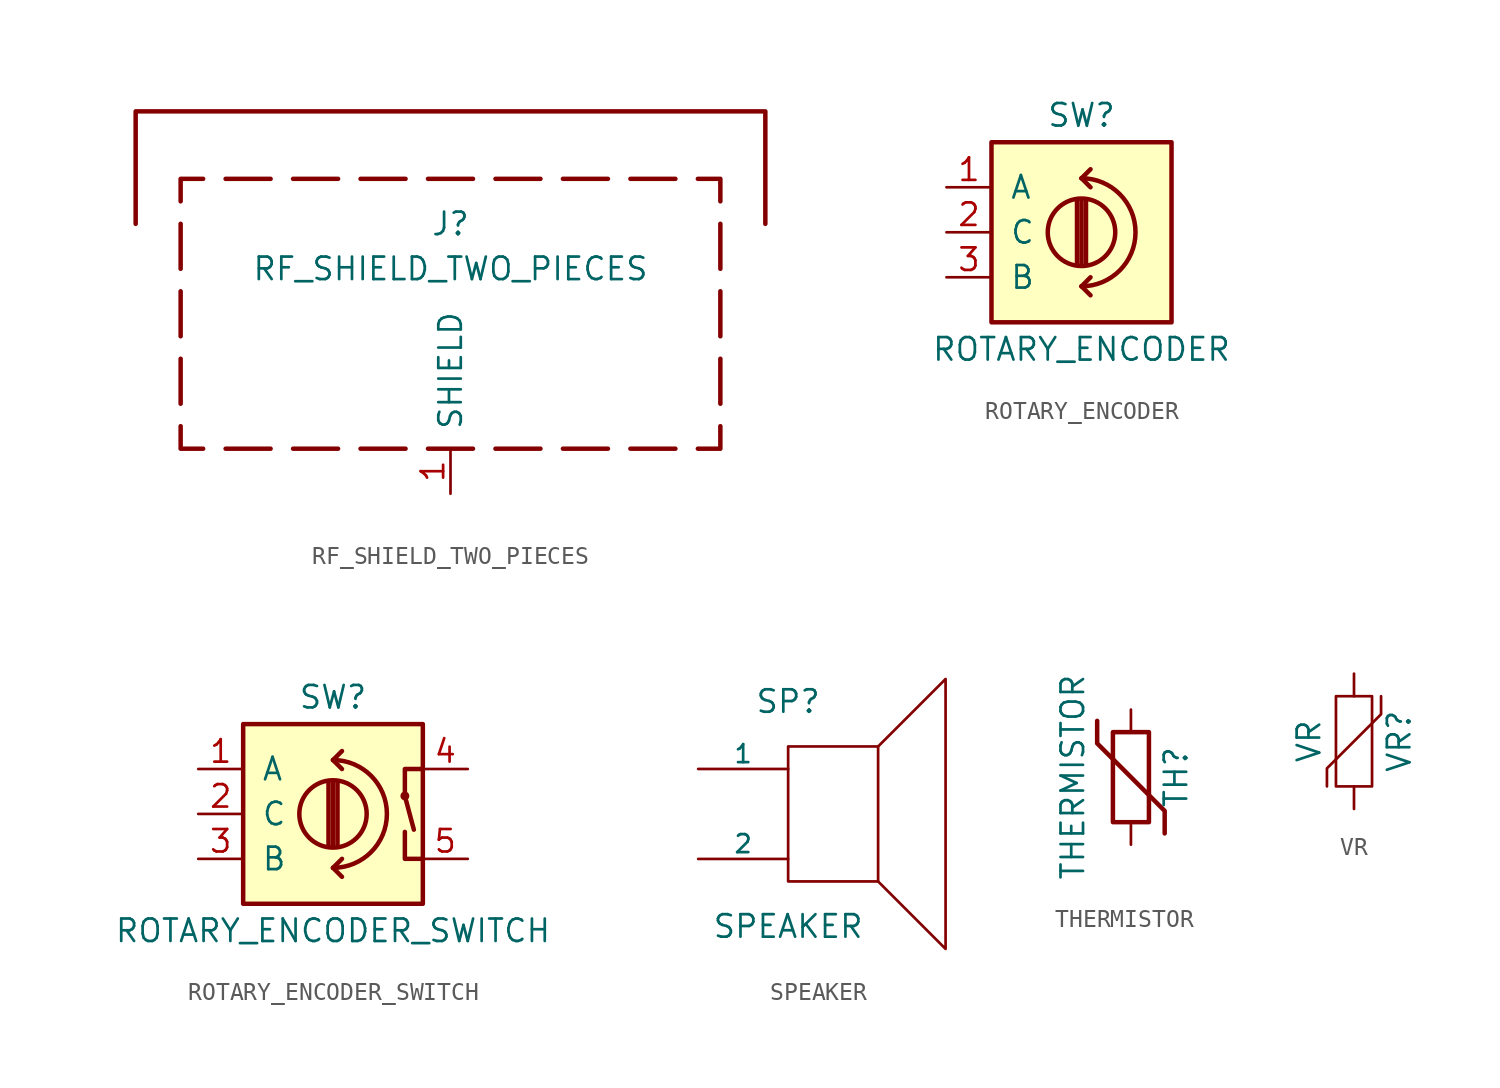
<source format=kicad_sym>
(kicad_symbol_lib
  (version 20211014)
  (generator kicad_symbol_editor)
  (symbol "RF_SHIELD_TWO_PIECES"
    (pin_names
      (offset 1.016))
    (property "Reference" "J"
      (at 0 5.08 0)
      (effects (font (size 1.27 1.27))))
    (property "Value" "RF_SHIELD_TWO_PIECES"
      (at 0 2.54 0)
      (effects (font (size 1.27 1.27))))
    (property "Footprint" ""
      (at 0 -2.54 0)
      (effects (font (size 1.27 1.27))))
    (property "Datasheet" ""
      (at 0 -2.54 0)
      (effects (font (size 1.27 1.27))))
    (symbol "RF_SHIELD_TWO_PIECES_0_1"
      (polyline (pts (xy -15.24 -5.08) (xy -15.24 -2.54)) (stroke (width 0.254) (type default) (color 0 0 0 0)) (fill (type none)))
      (polyline (pts (xy -15.24 -1.27) (xy -15.24 1.27)) (stroke (width 0.254) (type default) (color 0 0 0 0)) (fill (type none)))
      (polyline (pts (xy -15.24 2.54) (xy -15.24 5.08)) (stroke (width 0.254) (type default) (color 0 0 0 0)) (fill (type none)))
      (polyline (pts (xy -12.7 7.62) (xy -10.16 7.62)) (stroke (width 0.254) (type default) (color 0 0 0 0)) (fill (type none)))
      (polyline (pts (xy -10.16 -7.62) (xy -12.7 -7.62)) (stroke (width 0.254) (type default) (color 0 0 0 0)) (fill (type none)))
      (polyline (pts (xy -6.35 -7.62) (xy -8.89 -7.62)) (stroke (width 0.254) (type default) (color 0 0 0 0)) (fill (type none)))
      (polyline (pts (xy -6.35 7.62) (xy -8.89 7.62)) (stroke (width 0.254) (type default) (color 0 0 0 0)) (fill (type none)))
      (polyline (pts (xy -2.54 -7.62) (xy -5.08 -7.62)) (stroke (width 0.254) (type default) (color 0 0 0 0)) (fill (type none)))
      (polyline (pts (xy -2.54 7.62) (xy -5.08 7.62)) (stroke (width 0.254) (type default) (color 0 0 0 0)) (fill (type none)))
      (polyline (pts (xy -1.27 -7.62) (xy 1.27 -7.62)) (stroke (width 0.254) (type default) (color 0 0 0 0)) (fill (type none)))
      (polyline (pts (xy 1.27 7.62) (xy -1.27 7.62)) (stroke (width 0.254) (type default) (color 0 0 0 0)) (fill (type none)))
      (polyline (pts (xy 2.54 -7.62) (xy 5.08 -7.62)) (stroke (width 0.254) (type default) (color 0 0 0 0)) (fill (type none)))
      (polyline (pts (xy 5.08 7.62) (xy 2.54 7.62)) (stroke (width 0.254) (type default) (color 0 0 0 0)) (fill (type none)))
      (polyline (pts (xy 6.35 -7.62) (xy 8.89 -7.62)) (stroke (width 0.254) (type default) (color 0 0 0 0)) (fill (type none)))
      (polyline (pts (xy 8.89 7.62) (xy 6.35 7.62)) (stroke (width 0.254) (type default) (color 0 0 0 0)) (fill (type none)))
      (polyline (pts (xy 10.16 -7.62) (xy 12.7 -7.62)) (stroke (width 0.254) (type default) (color 0 0 0 0)) (fill (type none)))
      (polyline (pts (xy 12.7 7.62) (xy 10.16 7.62)) (stroke (width 0.254) (type default) (color 0 0 0 0)) (fill (type none)))
      (polyline (pts (xy 15.24 -5.08) (xy 15.24 -2.54)) (stroke (width 0.254) (type default) (color 0 0 0 0)) (fill (type none)))
      (polyline (pts (xy 15.24 -1.27) (xy 15.24 1.27)) (stroke (width 0.254) (type default) (color 0 0 0 0)) (fill (type none)))
      (polyline (pts (xy 15.24 2.54) (xy 15.24 5.08)) (stroke (width 0.254) (type default) (color 0 0 0 0)) (fill (type none)))
      (polyline (pts (xy -15.24 6.35) (xy -15.24 7.62) (xy -13.97 7.62)) (stroke (width 0.254) (type default) (color 0 0 0 0)) (fill (type none)))
      (polyline (pts (xy -13.97 -7.62) (xy -15.24 -7.62) (xy -15.24 -6.35)) (stroke (width 0.254) (type default) (color 0 0 0 0)) (fill (type none)))
      (polyline (pts (xy 13.97 -7.62) (xy 15.24 -7.62) (xy 15.24 -6.35)) (stroke (width 0.254) (type default) (color 0 0 0 0)) (fill (type none)))
      (polyline (pts (xy 15.24 6.35) (xy 15.24 7.62) (xy 13.97 7.62)) (stroke (width 0.254) (type default) (color 0 0 0 0)) (fill (type none)))
      (polyline (pts (xy -17.78 5.08) (xy -17.78 11.43) (xy 17.78 11.43) (xy 17.78 5.08)) (stroke (width 0.254) (type default) (color 0 0 0 0)) (fill (type none))))
    (symbol "RF_SHIELD_TWO_PIECES_1_1"
      (pin passive line (at 0 -10.16 90) (length 2.54) (name "SHIELD" (effects (font (size 1.27 1.27)))) (number "1" (effects (font (size 1.27 1.27)))))))
  (symbol "ROTARY_ENCODER"
    (pin_names
      (offset 1.016))
    (property "Reference" "SW"
      (at 0 6.604 0)
      (effects (font (size 1.27 1.27))))
    (property "Value" "ROTARY_ENCODER"
      (at 0 -6.604 0)
      (effects (font (size 1.27 1.27))))
    (symbol "ROTARY_ENCODER_0_1"
      (rectangle (start -5.08 5.08) (end 5.08 -5.08) (stroke (width 0.254) (type default) (color 0 0 0 0)) (fill (type background)))
      (arc (start 0 -3.048) (mid 3.048 0) (end 0 3.048) (stroke (width 0.254) (type default) (color 0 0 0 0)) (fill (type none)))
      (polyline (pts (xy -0.254 -1.778) (xy -0.254 1.778)) (stroke (width 0.254) (type default) (color 0 0 0 0)) (fill (type none)))
      (polyline (pts (xy 0 -3.048) (xy 0.508 -3.556)) (stroke (width 0.254) (type default) (color 0 0 0 0)) (fill (type none)))
      (polyline (pts (xy 0 -3.048) (xy 0.508 -2.54)) (stroke (width 0.254) (type default) (color 0 0 0 0)) (fill (type none)))
      (polyline (pts (xy 0 -1.778) (xy 0 1.778)) (stroke (width 0.254) (type default) (color 0 0 0 0)) (fill (type none)))
      (polyline (pts (xy 0 3.048) (xy 0.508 2.54)) (stroke (width 0.254) (type default) (color 0 0 0 0)) (fill (type none)))
      (polyline (pts (xy 0.254 1.778) (xy 0.254 -1.778)) (stroke (width 0.254) (type default) (color 0 0 0 0)) (fill (type none)))
      (polyline (pts (xy 0.508 3.556) (xy 0 3.048)) (stroke (width 0.254) (type default) (color 0 0 0 0)) (fill (type none)))
      (circle (center 0 0) (radius 1.905) (stroke (width 0.254) (type default) (color 0 0 0 0)) (fill (type none))))
    (symbol "ROTARY_ENCODER_1_1"
      (pin input line (at -7.62 2.54 0) (length 2.54) (name "A" (effects (font (size 1.27 1.27)))) (number "1" (effects (font (size 1.27 1.27)))))
      (pin input line (at -7.62 0 0) (length 2.54) (name "C" (effects (font (size 1.27 1.27)))) (number "2" (effects (font (size 1.27 1.27)))))
      (pin input line (at -7.62 -2.54 0) (length 2.54) (name "B" (effects (font (size 1.27 1.27)))) (number "3" (effects (font (size 1.27 1.27)))))))
  (symbol "ROTARY_ENCODER_SWITCH"
    (pin_names
      (offset 1.016))
    (property "Reference" "SW"
      (at 0 6.604 0)
      (effects (font (size 1.27 1.27))))
    (property "Value" "ROTARY_ENCODER_SWITCH"
      (at 0 -6.604 0)
      (effects (font (size 1.27 1.27))))
    (symbol "ROTARY_ENCODER_SWITCH_0_1"
      (rectangle (start -5.08 5.08) (end 5.08 -5.08) (stroke (width 0.254) (type default) (color 0 0 0 0)) (fill (type background)))
      (arc (start 0 -3.048) (mid 3.048 0) (end 0 3.048) (stroke (width 0.254) (type default) (color 0 0 0 0)) (fill (type none)))
      (polyline (pts (xy -0.254 -1.778) (xy -0.254 1.778)) (stroke (width 0.254) (type default) (color 0 0 0 0)) (fill (type none)))
      (polyline (pts (xy 0 -3.048) (xy 0.508 -3.556)) (stroke (width 0.254) (type default) (color 0 0 0 0)) (fill (type none)))
      (polyline (pts (xy 0 -3.048) (xy 0.508 -2.54)) (stroke (width 0.254) (type default) (color 0 0 0 0)) (fill (type none)))
      (polyline (pts (xy 0 -1.778) (xy 0 1.778)) (stroke (width 0.254) (type default) (color 0 0 0 0)) (fill (type none)))
      (polyline (pts (xy 0 3.048) (xy 0.508 2.54)) (stroke (width 0.254) (type default) (color 0 0 0 0)) (fill (type none)))
      (polyline (pts (xy 0.254 1.778) (xy 0.254 -1.778)) (stroke (width 0.254) (type default) (color 0 0 0 0)) (fill (type none)))
      (polyline (pts (xy 0.508 3.556) (xy 0 3.048)) (stroke (width 0.254) (type default) (color 0 0 0 0)) (fill (type none)))
      (polyline (pts (xy 4.064 1.016) (xy 4.572 -0.889)) (stroke (width 0.254) (type default) (color 0 0 0 0)) (fill (type none)))
      (polyline (pts (xy 5.08 -2.54) (xy 4.064 -2.54) (xy 4.064 -1.016)) (stroke (width 0.254) (type default) (color 0 0 0 0)) (fill (type none)))
      (polyline (pts (xy 5.08 2.54) (xy 4.064 2.54) (xy 4.064 1.016)) (stroke (width 0.254) (type default) (color 0 0 0 0)) (fill (type none)))
      (circle (center 0 0) (radius 1.905) (stroke (width 0.254) (type default) (color 0 0 0 0)) (fill (type none)))
      (circle (center 4.064 1.016) (radius 0.127) (stroke (width 0.254) (type default) (color 0 0 0 0)) (fill (type none))))
    (symbol "ROTARY_ENCODER_SWITCH_1_1"
      (pin input line (at -7.62 2.54 0) (length 2.54) (name "A" (effects (font (size 1.27 1.27)))) (number "1" (effects (font (size 1.27 1.27)))))
      (pin input line (at -7.62 0 0) (length 2.54) (name "C" (effects (font (size 1.27 1.27)))) (number "2" (effects (font (size 1.27 1.27)))))
      (pin input line (at -7.62 -2.54 0) (length 2.54) (name "B" (effects (font (size 1.27 1.27)))) (number "3" (effects (font (size 1.27 1.27)))))
      (pin input line (at 7.62 2.54 180) (length 2.54) (name "~" (effects (font (size 1.27 1.27)))) (number "4" (effects (font (size 1.27 1.27)))))
      (pin input line (at 7.62 -2.54 180) (length 2.54) (name "~" (effects (font (size 1.27 1.27)))) (number "5" (effects (font (size 1.27 1.27)))))))
  (symbol "SPEAKER"
    (pin_numbers hide)
    (pin_names
      (offset 0))
    (property "Reference" "SP"
      (at -2.54 6.35 0)
      (effects (font (size 1.27 1.27))))
    (property "Value" "SPEAKER"
      (at -2.54 -6.35 0)
      (effects (font (size 1.27 1.27))))
    (property "Footprint" ""
      (at 0 0 0)
      (effects (font (size 1.27 1.27))))
    (property "Datasheet" ""
      (at 0 0 0)
      (effects (font (size 1.27 1.27))))
    (symbol "SPEAKER_0_0"
      (polyline (pts (xy 2.54 3.81) (xy 6.35 7.62) (xy 6.35 -7.62) (xy 2.54 -3.81)) (stroke (width 0) (type default) (color 0 0 0 0)) (fill (type none)))
      (polyline (pts (xy -2.54 3.81) (xy 2.54 3.81) (xy 2.54 -3.81) (xy -2.54 -3.81) (xy -2.54 3.81)) (stroke (width 0) (type default) (color 0 0 0 0)) (fill (type none))))
    (symbol "SPEAKER_1_1"
      (pin input line (at -7.62 2.54 0) (length 5.08) (name "1" (effects (font (size 1.016 1.016)))) (number "1" (effects (font (size 1.016 1.016)))))
      (pin input line (at -7.62 -2.54 0) (length 5.08) (name "2" (effects (font (size 1.016 1.016)))) (number "2" (effects (font (size 1.016 1.016)))))))
  (symbol "THERMISTOR"
    (pin_numbers hide)
    (pin_names
      (offset 0))
    (property "Reference" "TH"
      (at 2.54 0 90)
      (effects (font (size 1.27 1.27))))
    (property "Value" "THERMISTOR"
      (at -2.54 0 90)
      (effects (font (size 1.27 1.27)) (justify bottom)))
    (property "Footprint" ""
      (at 0 0 0)
      (effects (font (size 1.27 1.27))))
    (property "Datasheet" ""
      (at 0 0 0)
      (effects (font (size 1.27 1.27))))
    (symbol "THERMISTOR_0_1"
      (polyline (pts (xy -1.905 3.175) (xy -1.905 1.905) (xy 1.905 -1.905) (xy 1.905 -3.175) (xy 1.905 -3.175)) (stroke (width 0.254) (type default) (color 0 0 0 0)) (fill (type none))))
    (symbol "THERMISTOR_1_1"
      (rectangle (start -1.016 -2.54) (end 1.016 2.54) (stroke (width 0.254) (type default) (color 0 0 0 0)) (fill (type none)))
      (pin passive line (at 0 3.81 270) (length 1.27) (name "~" (effects (font (size 1.27 1.27)))) (number "1" (effects (font (size 1.27 1.27)))))
      (pin passive line (at 0 -3.81 90) (length 1.27) (name "~" (effects (font (size 1.27 1.27)))) (number "2" (effects (font (size 1.27 1.27)))))))
  (symbol "VR"
    (pin_numbers hide)
    (pin_names
      (offset 0))
    (property "Reference" "VR"
      (at 2.54 0 90)
      (effects (font (size 1.27 1.27))))
    (property "Value" "VR"
      (at -2.54 0 90)
      (effects (font (size 1.27 1.27))))
    (property "Footprint" ""
      (at 0 0 0)
      (effects (font (size 1.27 1.27))))
    (property "Datasheet" ""
      (at 0 0 0)
      (effects (font (size 1.27 1.27))))
    (symbol "VR_0_1"
      (rectangle (start -1.016 2.54) (end 1.016 -2.54) (stroke (width 0) (type default) (color 0 0 0 0)) (fill (type none)))
      (polyline (pts (xy -1.524 -2.54) (xy -1.524 -1.524) (xy 1.524 1.524) (xy 1.524 2.54) (xy 1.524 2.54)) (stroke (width 0) (type default) (color 0 0 0 0)) (fill (type none))))
    (symbol "VR_1_1"
      (pin passive line (at 0 3.81 270) (length 1.27) (name "~" (effects (font (size 1.27 1.27)))) (number "1" (effects (font (size 1.27 1.27)))))
      (pin passive line (at 0 -3.81 90) (length 1.27) (name "~" (effects (font (size 1.27 1.27)))) (number "2" (effects (font (size 1.27 1.27))))))))
</source>
